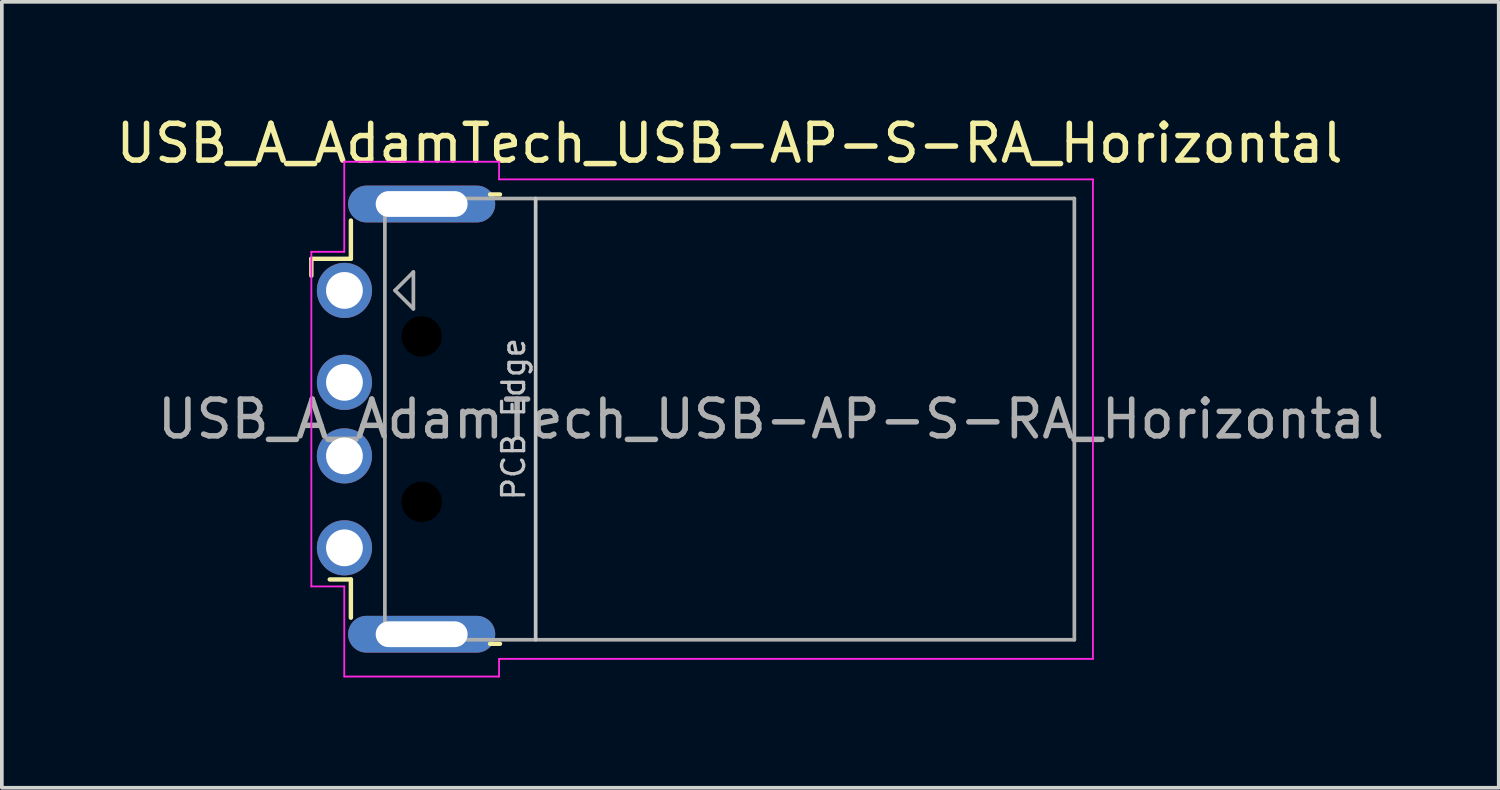
<source format=kicad_pcb>
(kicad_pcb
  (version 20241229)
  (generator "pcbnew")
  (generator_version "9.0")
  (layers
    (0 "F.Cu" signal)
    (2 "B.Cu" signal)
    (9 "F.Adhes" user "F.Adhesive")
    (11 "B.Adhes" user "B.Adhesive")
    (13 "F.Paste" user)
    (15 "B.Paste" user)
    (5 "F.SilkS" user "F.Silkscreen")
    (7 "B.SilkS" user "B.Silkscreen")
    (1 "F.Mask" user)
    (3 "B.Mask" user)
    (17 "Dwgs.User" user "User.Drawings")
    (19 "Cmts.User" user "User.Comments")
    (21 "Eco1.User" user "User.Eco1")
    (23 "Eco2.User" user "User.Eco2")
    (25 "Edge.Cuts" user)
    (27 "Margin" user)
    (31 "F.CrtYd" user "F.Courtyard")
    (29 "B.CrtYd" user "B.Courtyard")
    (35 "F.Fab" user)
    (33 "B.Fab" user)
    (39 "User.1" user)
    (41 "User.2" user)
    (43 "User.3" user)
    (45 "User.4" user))
  (footprint "USB_A_AdamTech_USB-AP-S-RA_Horizontal"
    (layer "F.Cu")
    (at 8.417 8.348)
    (property "Reference" "USB_A_AdamTech_USB-AP-S-RA_Horizontal" (at 8.375 -7.5 0) (layer "F.SilkS") (effects (font (size 1 1) (thickness 0.15))))
    (attr through_hole)
    (fp_line (start -3 -4.36) (end -3 -3.9) (stroke (width 0.12) (type default)) (layer "F.SilkS"))
    (fp_line (start -3 -4.36) (end -1.925 -4.36) (stroke (width 0.12) (type default)) (layer "F.SilkS"))
    (fp_line (start -2.5 4.36) (end -1.925 4.36) (stroke (width 0.12) (type default)) (layer "F.SilkS"))
    (fp_line (start -1.925 -5.4) (end -1.925 -4.36) (stroke (width 0.12) (type default)) (layer "F.SilkS"))
    (fp_line (start -1.925 4.36) (end -1.925 5.4) (stroke (width 0.12) (type default)) (layer "F.SilkS"))
    (fp_line (start 1.86 -6.11) (end 2.13 -6.11) (stroke (width 0.12) (type solid)) (layer "F.SilkS"))
    (fp_line (start 1.86 6.11) (end 2.13 6.11) (stroke (width 0.12) (type solid)) (layer "F.SilkS"))
    (fp_line (start 3.1 -6) (end 3.1 6) (stroke (width 0.1) (type solid)) (layer "Dwgs.User"))
    (fp_line (start -3 -4.55) (end -2.105 -4.55) (stroke (width 0.05) (type solid)) (layer "F.CrtYd"))
    (fp_line (start -3 4.55) (end -3 -4.55) (stroke (width 0.05) (type solid)) (layer "F.CrtYd"))
    (fp_line (start -3 4.55) (end -2.105 4.55) (stroke (width 0.05) (type solid)) (layer "F.CrtYd"))
    (fp_line (start -2.105 -7) (end -2.105 -4.55) (stroke (width 0.05) (type solid)) (layer "F.CrtYd"))
    (fp_line (start -2.105 -7) (end 2.105 -7) (stroke (width 0.05) (type solid)) (layer "F.CrtYd"))
    (fp_line (start -2.105 4.55) (end -2.105 7) (stroke (width 0.05) (type solid)) (layer "F.CrtYd"))
    (fp_line (start -2.105 7) (end 2.105 7) (stroke (width 0.05) (type solid)) (layer "F.CrtYd"))
    (fp_line (start 2.105 -6.52) (end 2.105 -7) (stroke (width 0.05) (type solid)) (layer "F.CrtYd"))
    (fp_line (start 2.105 -6.52) (end 18.255 -6.52) (stroke (width 0.05) (type solid)) (layer "F.CrtYd"))
    (fp_line (start 2.105 6.52) (end 18.255 6.52) (stroke (width 0.05) (type solid)) (layer "F.CrtYd"))
    (fp_line (start 2.105 7) (end 2.105 6.52) (stroke (width 0.05) (type solid)) (layer "F.CrtYd"))
    (fp_line (start 18.255 6.52) (end 18.255 -6.52) (stroke (width 0.05) (type solid)) (layer "F.CrtYd"))
    (fp_line (start -1 -6) (end -1 6) (stroke (width 0.1) (type solid)) (layer "F.Fab"))
    (fp_line (start -1 -6) (end 17.75 -6) (stroke (width 0.1) (type solid)) (layer "F.Fab"))
    (fp_line (start -1 6) (end 17.75 6) (stroke (width 0.1) (type solid)) (layer "F.Fab"))
    (fp_line (start -0.725 -3.5) (end -0.225 -4) (stroke (width 0.1) (type solid)) (layer "F.Fab"))
    (fp_line (start -0.725 -3.5) (end -0.225 -3) (stroke (width 0.1) (type solid)) (layer "F.Fab"))
    (fp_line (start -0.225 -4) (end -0.225 -3) (stroke (width 0.1) (type solid)) (layer "F.Fab"))
    (fp_line (start 17.75 -6) (end 17.75 6) (stroke (width 0.1) (type solid)) (layer "F.Fab"))
    (fp_text user "PCB Edge" (at 2.5 0 90) (layer "Dwgs.User") (effects (font (size 0.6 0.6) (thickness 0.09))))
    (fp_text user "${REFERENCE}" (at 9.5 0 180) (layer "F.Fab") (effects (font (size 1 1) (thickness 0.15))))
    (pad "" np_thru_hole circle (at 0 -2.25) (size 1.1 1.1) (drill 1.1) (layers "*.Mask"))
    (pad "" np_thru_hole circle (at 0 2.25) (size 1.1 1.1) (drill 1.1) (layers "*.Mask"))
    (pad "1" thru_hole circle (at -2.1 -3.5) (size 1.5 1.5) (drill 1) (layers "*.Cu" "*.Mask"))
    (pad "2" thru_hole circle (at -2.1 -1) (size 1.5 1.5) (drill 1) (layers "*.Cu" "*.Mask"))
    (pad "3" thru_hole circle (at -2.1 1) (size 1.5 1.5) (drill 1) (layers "*.Cu" "*.Mask"))
    (pad "4" thru_hole circle (at -2.1 3.5) (size 1.5 1.5) (drill 1) (layers "*.Cu" "*.Mask"))
    (pad "5" thru_hole oval (at 0 -5.85) (size 4 1) (drill oval 2.5 0.7) (layers "*.Cu" "*.Mask"))
    (pad "5" thru_hole oval (at 0 5.85) (size 4 1) (drill oval 2.5 0.7) (layers "*.Cu" "*.Mask")))
  (gr_rect
    (start -3 -3)
    (end 37.708 18.373)
    (stroke (width 0.1) (type default))
    (fill no)
    (layer "Edge.Cuts")))
</source>
